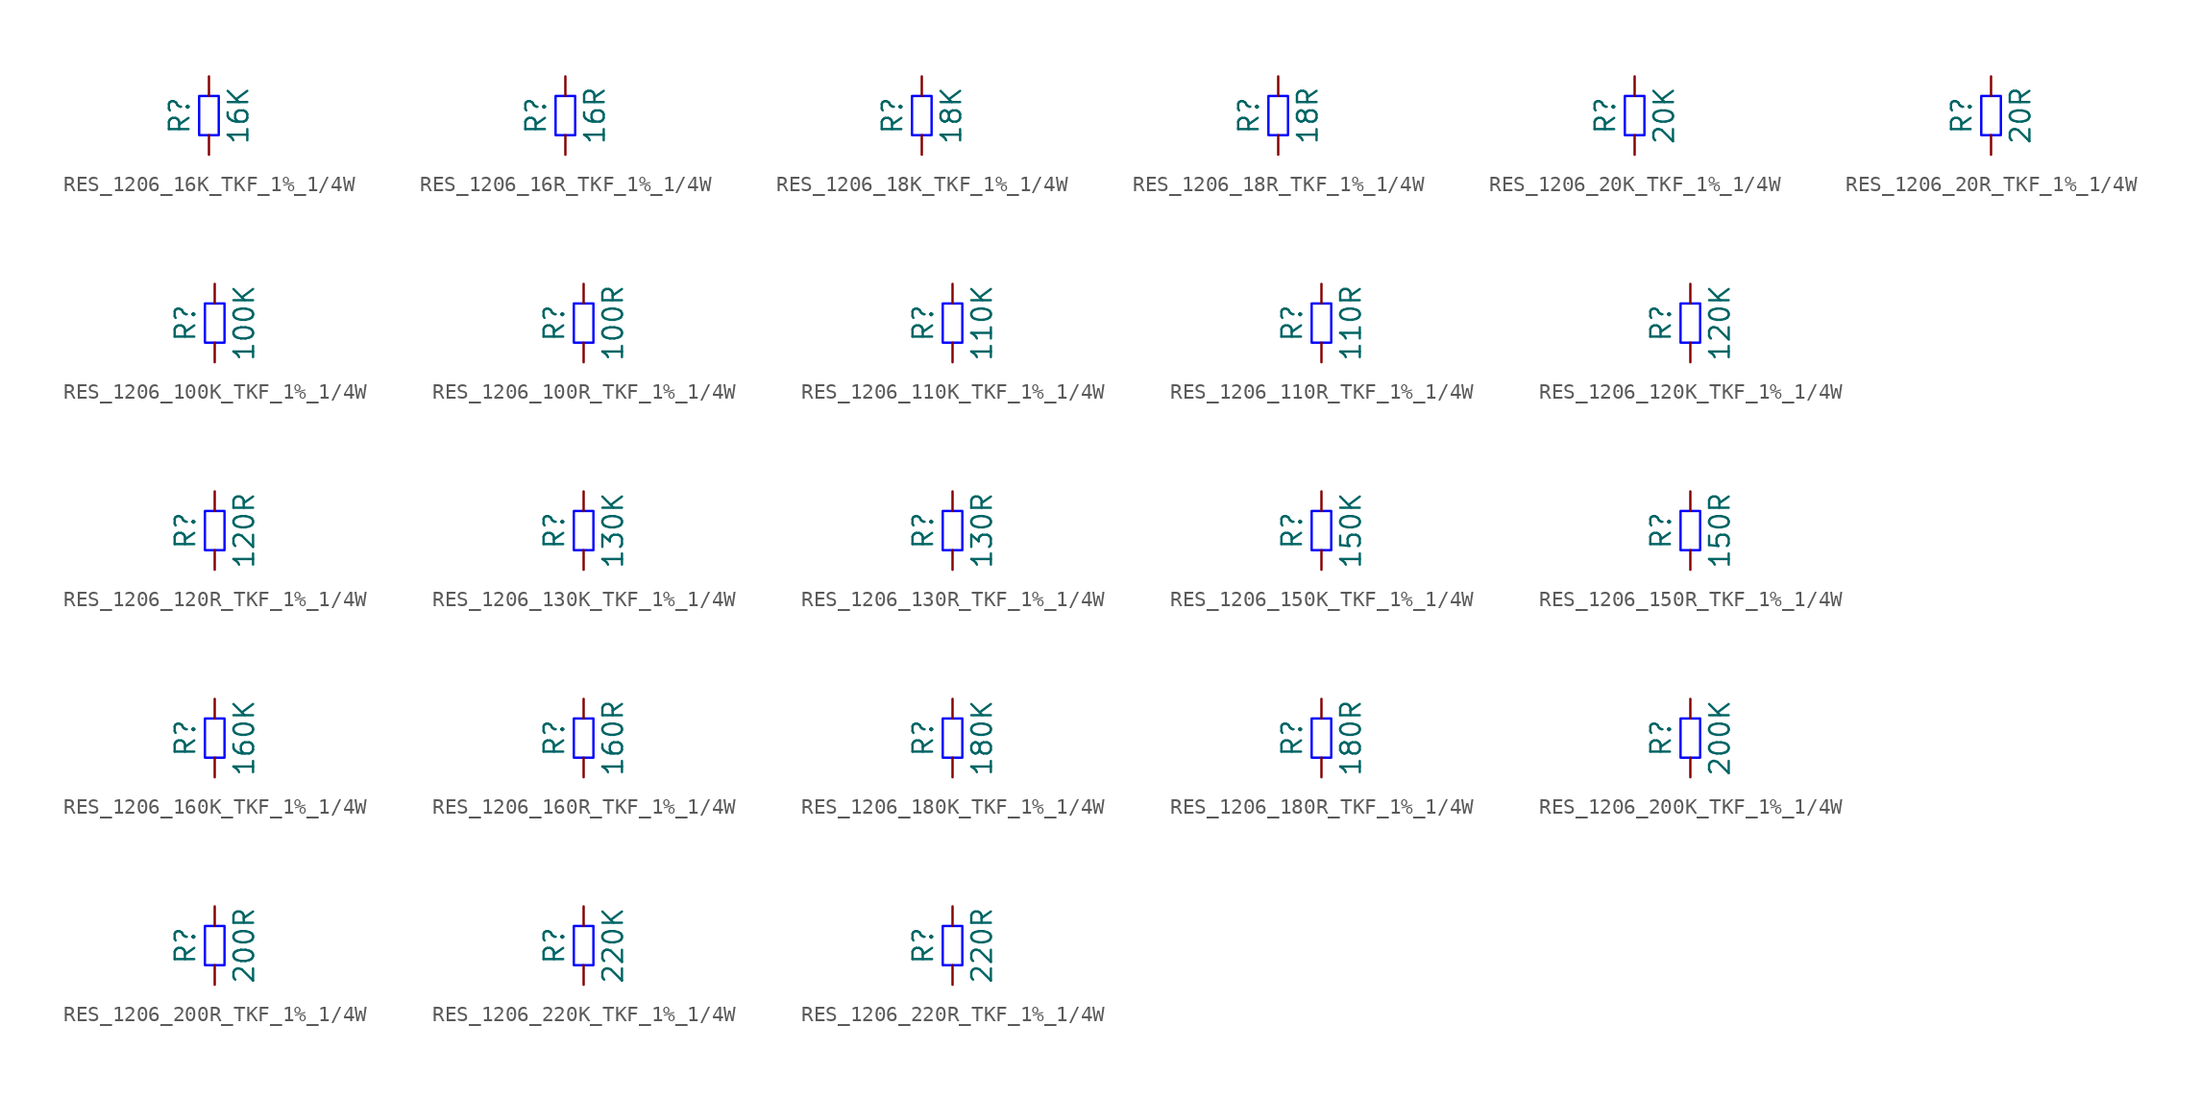
<source format=kicad_sym>
(kicad_symbol_lib
  (version 20220914)
  (generator kicad_symbol_editor)
  (symbol "RES_1206_16K_TKF_1%_1/4W"
    (pin_numbers hide)
    (pin_names
      (offset 0) hide)
    (property "Reference" "R"
      (at -1.905 0 90)
      (do_not_autoplace)
      (effects (font (size 1.27 1.27))))
    (property "Value" "16K"
      (at 1.905 0 90)
      (do_not_autoplace)
      (effects (font (size 1.27 1.27))))
    (symbol "RES_1206_16K_TKF_1%_1/4W_1_1"
      (rectangle (start -0.635 -1.27) (end 0.635 1.27) (stroke (width 0) (type solid) (color 0 0 255 1)) (fill (type none)))
      (pin passive line (at 0 -2.54 90) (length 1.27) (name "~" (effects (font (size 1.27 1.27)))) (number "1" (effects (font (size 1.27 1.27)))))
      (pin passive line (at 0 2.54 270) (length 1.27) (name "~" (effects (font (size 1.27 1.27)))) (number "2" (effects (font (size 1.27 1.27)))))))
  (symbol "RES_1206_16R_TKF_1%_1/4W"
    (pin_numbers hide)
    (pin_names
      (offset 0) hide)
    (property "Reference" "R"
      (at -1.905 0 90)
      (do_not_autoplace)
      (effects (font (size 1.27 1.27))))
    (property "Value" "16R"
      (at 1.905 0 90)
      (do_not_autoplace)
      (effects (font (size 1.27 1.27))))
    (symbol "RES_1206_16R_TKF_1%_1/4W_1_1"
      (rectangle (start -0.635 -1.27) (end 0.635 1.27) (stroke (width 0) (type solid) (color 0 0 255 1)) (fill (type none)))
      (pin passive line (at 0 -2.54 90) (length 1.27) (name "~" (effects (font (size 1.27 1.27)))) (number "1" (effects (font (size 1.27 1.27)))))
      (pin passive line (at 0 2.54 270) (length 1.27) (name "~" (effects (font (size 1.27 1.27)))) (number "2" (effects (font (size 1.27 1.27)))))))
  (symbol "RES_1206_18K_TKF_1%_1/4W"
    (pin_numbers hide)
    (pin_names
      (offset 0) hide)
    (property "Reference" "R"
      (at -1.905 0 90)
      (do_not_autoplace)
      (effects (font (size 1.27 1.27))))
    (property "Value" "18K"
      (at 1.905 0 90)
      (do_not_autoplace)
      (effects (font (size 1.27 1.27))))
    (symbol "RES_1206_18K_TKF_1%_1/4W_1_1"
      (rectangle (start -0.635 -1.27) (end 0.635 1.27) (stroke (width 0) (type solid) (color 0 0 255 1)) (fill (type none)))
      (pin passive line (at 0 -2.54 90) (length 1.27) (name "~" (effects (font (size 1.27 1.27)))) (number "1" (effects (font (size 1.27 1.27)))))
      (pin passive line (at 0 2.54 270) (length 1.27) (name "~" (effects (font (size 1.27 1.27)))) (number "2" (effects (font (size 1.27 1.27)))))))
  (symbol "RES_1206_18R_TKF_1%_1/4W"
    (pin_numbers hide)
    (pin_names
      (offset 0) hide)
    (property "Reference" "R"
      (at -1.905 0 90)
      (do_not_autoplace)
      (effects (font (size 1.27 1.27))))
    (property "Value" "18R"
      (at 1.905 0 90)
      (do_not_autoplace)
      (effects (font (size 1.27 1.27))))
    (symbol "RES_1206_18R_TKF_1%_1/4W_1_1"
      (rectangle (start -0.635 -1.27) (end 0.635 1.27) (stroke (width 0) (type solid) (color 0 0 255 1)) (fill (type none)))
      (pin passive line (at 0 -2.54 90) (length 1.27) (name "~" (effects (font (size 1.27 1.27)))) (number "1" (effects (font (size 1.27 1.27)))))
      (pin passive line (at 0 2.54 270) (length 1.27) (name "~" (effects (font (size 1.27 1.27)))) (number "2" (effects (font (size 1.27 1.27)))))))
  (symbol "RES_1206_20K_TKF_1%_1/4W"
    (pin_numbers hide)
    (pin_names
      (offset 0) hide)
    (property "Reference" "R"
      (at -1.905 0 90)
      (do_not_autoplace)
      (effects (font (size 1.27 1.27))))
    (property "Value" "20K"
      (at 1.905 0 90)
      (do_not_autoplace)
      (effects (font (size 1.27 1.27))))
    (symbol "RES_1206_20K_TKF_1%_1/4W_1_1"
      (rectangle (start -0.635 -1.27) (end 0.635 1.27) (stroke (width 0) (type solid) (color 0 0 255 1)) (fill (type none)))
      (pin passive line (at 0 -2.54 90) (length 1.27) (name "~" (effects (font (size 1.27 1.27)))) (number "1" (effects (font (size 1.27 1.27)))))
      (pin passive line (at 0 2.54 270) (length 1.27) (name "~" (effects (font (size 1.27 1.27)))) (number "2" (effects (font (size 1.27 1.27)))))))
  (symbol "RES_1206_20R_TKF_1%_1/4W"
    (pin_numbers hide)
    (pin_names
      (offset 0) hide)
    (property "Reference" "R"
      (at -1.905 0 90)
      (do_not_autoplace)
      (effects (font (size 1.27 1.27))))
    (property "Value" "20R"
      (at 1.905 0 90)
      (do_not_autoplace)
      (effects (font (size 1.27 1.27))))
    (symbol "RES_1206_20R_TKF_1%_1/4W_1_1"
      (rectangle (start -0.635 -1.27) (end 0.635 1.27) (stroke (width 0) (type solid) (color 0 0 255 1)) (fill (type none)))
      (pin passive line (at 0 -2.54 90) (length 1.27) (name "~" (effects (font (size 1.27 1.27)))) (number "1" (effects (font (size 1.27 1.27)))))
      (pin passive line (at 0 2.54 270) (length 1.27) (name "~" (effects (font (size 1.27 1.27)))) (number "2" (effects (font (size 1.27 1.27)))))))
  (symbol "RES_1206_100K_TKF_1%_1/4W"
    (pin_numbers hide)
    (pin_names
      (offset 0) hide)
    (property "Reference" "R"
      (at -1.905 0 90)
      (do_not_autoplace)
      (effects (font (size 1.27 1.27))))
    (property "Value" "100K"
      (at 1.905 0 90)
      (do_not_autoplace)
      (effects (font (size 1.27 1.27))))
    (symbol "RES_1206_100K_TKF_1%_1/4W_1_1"
      (rectangle (start -0.635 -1.27) (end 0.635 1.27) (stroke (width 0) (type solid) (color 0 0 255 1)) (fill (type none)))
      (pin passive line (at 0 -2.54 90) (length 1.27) (name "~" (effects (font (size 1.27 1.27)))) (number "1" (effects (font (size 1.27 1.27)))))
      (pin passive line (at 0 2.54 270) (length 1.27) (name "~" (effects (font (size 1.27 1.27)))) (number "2" (effects (font (size 1.27 1.27)))))))
  (symbol "RES_1206_100R_TKF_1%_1/4W"
    (pin_numbers hide)
    (pin_names
      (offset 0) hide)
    (property "Reference" "R"
      (at -1.905 0 90)
      (do_not_autoplace)
      (effects (font (size 1.27 1.27))))
    (property "Value" "100R"
      (at 1.905 0 90)
      (do_not_autoplace)
      (effects (font (size 1.27 1.27))))
    (symbol "RES_1206_100R_TKF_1%_1/4W_1_1"
      (rectangle (start -0.635 -1.27) (end 0.635 1.27) (stroke (width 0) (type solid) (color 0 0 255 1)) (fill (type none)))
      (pin passive line (at 0 -2.54 90) (length 1.27) (name "~" (effects (font (size 1.27 1.27)))) (number "1" (effects (font (size 1.27 1.27)))))
      (pin passive line (at 0 2.54 270) (length 1.27) (name "~" (effects (font (size 1.27 1.27)))) (number "2" (effects (font (size 1.27 1.27)))))))
  (symbol "RES_1206_110K_TKF_1%_1/4W"
    (pin_numbers hide)
    (pin_names
      (offset 0) hide)
    (property "Reference" "R"
      (at -1.905 0 90)
      (do_not_autoplace)
      (effects (font (size 1.27 1.27))))
    (property "Value" "110K"
      (at 1.905 0 90)
      (do_not_autoplace)
      (effects (font (size 1.27 1.27))))
    (symbol "RES_1206_110K_TKF_1%_1/4W_1_1"
      (rectangle (start -0.635 -1.27) (end 0.635 1.27) (stroke (width 0) (type solid) (color 0 0 255 1)) (fill (type none)))
      (pin passive line (at 0 -2.54 90) (length 1.27) (name "~" (effects (font (size 1.27 1.27)))) (number "1" (effects (font (size 1.27 1.27)))))
      (pin passive line (at 0 2.54 270) (length 1.27) (name "~" (effects (font (size 1.27 1.27)))) (number "2" (effects (font (size 1.27 1.27)))))))
  (symbol "RES_1206_110R_TKF_1%_1/4W"
    (pin_numbers hide)
    (pin_names
      (offset 0) hide)
    (property "Reference" "R"
      (at -1.905 0 90)
      (do_not_autoplace)
      (effects (font (size 1.27 1.27))))
    (property "Value" "110R"
      (at 1.905 0 90)
      (do_not_autoplace)
      (effects (font (size 1.27 1.27))))
    (symbol "RES_1206_110R_TKF_1%_1/4W_1_1"
      (rectangle (start -0.635 -1.27) (end 0.635 1.27) (stroke (width 0) (type solid) (color 0 0 255 1)) (fill (type none)))
      (pin passive line (at 0 -2.54 90) (length 1.27) (name "~" (effects (font (size 1.27 1.27)))) (number "1" (effects (font (size 1.27 1.27)))))
      (pin passive line (at 0 2.54 270) (length 1.27) (name "~" (effects (font (size 1.27 1.27)))) (number "2" (effects (font (size 1.27 1.27)))))))
  (symbol "RES_1206_120K_TKF_1%_1/4W"
    (pin_numbers hide)
    (pin_names
      (offset 0) hide)
    (property "Reference" "R"
      (at -1.905 0 90)
      (do_not_autoplace)
      (effects (font (size 1.27 1.27))))
    (property "Value" "120K"
      (at 1.905 0 90)
      (do_not_autoplace)
      (effects (font (size 1.27 1.27))))
    (symbol "RES_1206_120K_TKF_1%_1/4W_1_1"
      (rectangle (start -0.635 -1.27) (end 0.635 1.27) (stroke (width 0) (type solid) (color 0 0 255 1)) (fill (type none)))
      (pin passive line (at 0 -2.54 90) (length 1.27) (name "~" (effects (font (size 1.27 1.27)))) (number "1" (effects (font (size 1.27 1.27)))))
      (pin passive line (at 0 2.54 270) (length 1.27) (name "~" (effects (font (size 1.27 1.27)))) (number "2" (effects (font (size 1.27 1.27)))))))
  (symbol "RES_1206_120R_TKF_1%_1/4W"
    (pin_numbers hide)
    (pin_names
      (offset 0) hide)
    (property "Reference" "R"
      (at -1.905 0 90)
      (do_not_autoplace)
      (effects (font (size 1.27 1.27))))
    (property "Value" "120R"
      (at 1.905 0 90)
      (do_not_autoplace)
      (effects (font (size 1.27 1.27))))
    (symbol "RES_1206_120R_TKF_1%_1/4W_1_1"
      (rectangle (start -0.635 -1.27) (end 0.635 1.27) (stroke (width 0) (type solid) (color 0 0 255 1)) (fill (type none)))
      (pin passive line (at 0 -2.54 90) (length 1.27) (name "~" (effects (font (size 1.27 1.27)))) (number "1" (effects (font (size 1.27 1.27)))))
      (pin passive line (at 0 2.54 270) (length 1.27) (name "~" (effects (font (size 1.27 1.27)))) (number "2" (effects (font (size 1.27 1.27)))))))
  (symbol "RES_1206_130K_TKF_1%_1/4W"
    (pin_numbers hide)
    (pin_names
      (offset 0) hide)
    (property "Reference" "R"
      (at -1.905 0 90)
      (do_not_autoplace)
      (effects (font (size 1.27 1.27))))
    (property "Value" "130K"
      (at 1.905 0 90)
      (do_not_autoplace)
      (effects (font (size 1.27 1.27))))
    (symbol "RES_1206_130K_TKF_1%_1/4W_1_1"
      (rectangle (start -0.635 -1.27) (end 0.635 1.27) (stroke (width 0) (type solid) (color 0 0 255 1)) (fill (type none)))
      (pin passive line (at 0 -2.54 90) (length 1.27) (name "~" (effects (font (size 1.27 1.27)))) (number "1" (effects (font (size 1.27 1.27)))))
      (pin passive line (at 0 2.54 270) (length 1.27) (name "~" (effects (font (size 1.27 1.27)))) (number "2" (effects (font (size 1.27 1.27)))))))
  (symbol "RES_1206_130R_TKF_1%_1/4W"
    (pin_numbers hide)
    (pin_names
      (offset 0) hide)
    (property "Reference" "R"
      (at -1.905 0 90)
      (do_not_autoplace)
      (effects (font (size 1.27 1.27))))
    (property "Value" "130R"
      (at 1.905 0 90)
      (do_not_autoplace)
      (effects (font (size 1.27 1.27))))
    (symbol "RES_1206_130R_TKF_1%_1/4W_1_1"
      (rectangle (start -0.635 -1.27) (end 0.635 1.27) (stroke (width 0) (type solid) (color 0 0 255 1)) (fill (type none)))
      (pin passive line (at 0 -2.54 90) (length 1.27) (name "~" (effects (font (size 1.27 1.27)))) (number "1" (effects (font (size 1.27 1.27)))))
      (pin passive line (at 0 2.54 270) (length 1.27) (name "~" (effects (font (size 1.27 1.27)))) (number "2" (effects (font (size 1.27 1.27)))))))
  (symbol "RES_1206_150K_TKF_1%_1/4W"
    (pin_numbers hide)
    (pin_names
      (offset 0) hide)
    (property "Reference" "R"
      (at -1.905 0 90)
      (do_not_autoplace)
      (effects (font (size 1.27 1.27))))
    (property "Value" "150K"
      (at 1.905 0 90)
      (do_not_autoplace)
      (effects (font (size 1.27 1.27))))
    (symbol "RES_1206_150K_TKF_1%_1/4W_1_1"
      (rectangle (start -0.635 -1.27) (end 0.635 1.27) (stroke (width 0) (type solid) (color 0 0 255 1)) (fill (type none)))
      (pin passive line (at 0 -2.54 90) (length 1.27) (name "~" (effects (font (size 1.27 1.27)))) (number "1" (effects (font (size 1.27 1.27)))))
      (pin passive line (at 0 2.54 270) (length 1.27) (name "~" (effects (font (size 1.27 1.27)))) (number "2" (effects (font (size 1.27 1.27)))))))
  (symbol "RES_1206_150R_TKF_1%_1/4W"
    (pin_numbers hide)
    (pin_names
      (offset 0) hide)
    (property "Reference" "R"
      (at -1.905 0 90)
      (do_not_autoplace)
      (effects (font (size 1.27 1.27))))
    (property "Value" "150R"
      (at 1.905 0 90)
      (do_not_autoplace)
      (effects (font (size 1.27 1.27))))
    (symbol "RES_1206_150R_TKF_1%_1/4W_1_1"
      (rectangle (start -0.635 -1.27) (end 0.635 1.27) (stroke (width 0) (type solid) (color 0 0 255 1)) (fill (type none)))
      (pin passive line (at 0 -2.54 90) (length 1.27) (name "~" (effects (font (size 1.27 1.27)))) (number "1" (effects (font (size 1.27 1.27)))))
      (pin passive line (at 0 2.54 270) (length 1.27) (name "~" (effects (font (size 1.27 1.27)))) (number "2" (effects (font (size 1.27 1.27)))))))
  (symbol "RES_1206_160K_TKF_1%_1/4W"
    (pin_numbers hide)
    (pin_names
      (offset 0) hide)
    (property "Reference" "R"
      (at -1.905 0 90)
      (do_not_autoplace)
      (effects (font (size 1.27 1.27))))
    (property "Value" "160K"
      (at 1.905 0 90)
      (do_not_autoplace)
      (effects (font (size 1.27 1.27))))
    (symbol "RES_1206_160K_TKF_1%_1/4W_1_1"
      (rectangle (start -0.635 -1.27) (end 0.635 1.27) (stroke (width 0) (type solid) (color 0 0 255 1)) (fill (type none)))
      (pin passive line (at 0 -2.54 90) (length 1.27) (name "~" (effects (font (size 1.27 1.27)))) (number "1" (effects (font (size 1.27 1.27)))))
      (pin passive line (at 0 2.54 270) (length 1.27) (name "~" (effects (font (size 1.27 1.27)))) (number "2" (effects (font (size 1.27 1.27)))))))
  (symbol "RES_1206_160R_TKF_1%_1/4W"
    (pin_numbers hide)
    (pin_names
      (offset 0) hide)
    (property "Reference" "R"
      (at -1.905 0 90)
      (do_not_autoplace)
      (effects (font (size 1.27 1.27))))
    (property "Value" "160R"
      (at 1.905 0 90)
      (do_not_autoplace)
      (effects (font (size 1.27 1.27))))
    (symbol "RES_1206_160R_TKF_1%_1/4W_1_1"
      (rectangle (start -0.635 -1.27) (end 0.635 1.27) (stroke (width 0) (type solid) (color 0 0 255 1)) (fill (type none)))
      (pin passive line (at 0 -2.54 90) (length 1.27) (name "~" (effects (font (size 1.27 1.27)))) (number "1" (effects (font (size 1.27 1.27)))))
      (pin passive line (at 0 2.54 270) (length 1.27) (name "~" (effects (font (size 1.27 1.27)))) (number "2" (effects (font (size 1.27 1.27)))))))
  (symbol "RES_1206_180K_TKF_1%_1/4W"
    (pin_numbers hide)
    (pin_names
      (offset 0) hide)
    (property "Reference" "R"
      (at -1.905 0 90)
      (do_not_autoplace)
      (effects (font (size 1.27 1.27))))
    (property "Value" "180K"
      (at 1.905 0 90)
      (do_not_autoplace)
      (effects (font (size 1.27 1.27))))
    (symbol "RES_1206_180K_TKF_1%_1/4W_1_1"
      (rectangle (start -0.635 -1.27) (end 0.635 1.27) (stroke (width 0) (type solid) (color 0 0 255 1)) (fill (type none)))
      (pin passive line (at 0 -2.54 90) (length 1.27) (name "~" (effects (font (size 1.27 1.27)))) (number "1" (effects (font (size 1.27 1.27)))))
      (pin passive line (at 0 2.54 270) (length 1.27) (name "~" (effects (font (size 1.27 1.27)))) (number "2" (effects (font (size 1.27 1.27)))))))
  (symbol "RES_1206_180R_TKF_1%_1/4W"
    (pin_numbers hide)
    (pin_names
      (offset 0) hide)
    (property "Reference" "R"
      (at -1.905 0 90)
      (do_not_autoplace)
      (effects (font (size 1.27 1.27))))
    (property "Value" "180R"
      (at 1.905 0 90)
      (do_not_autoplace)
      (effects (font (size 1.27 1.27))))
    (symbol "RES_1206_180R_TKF_1%_1/4W_1_1"
      (rectangle (start -0.635 -1.27) (end 0.635 1.27) (stroke (width 0) (type solid) (color 0 0 255 1)) (fill (type none)))
      (pin passive line (at 0 -2.54 90) (length 1.27) (name "~" (effects (font (size 1.27 1.27)))) (number "1" (effects (font (size 1.27 1.27)))))
      (pin passive line (at 0 2.54 270) (length 1.27) (name "~" (effects (font (size 1.27 1.27)))) (number "2" (effects (font (size 1.27 1.27)))))))
  (symbol "RES_1206_200K_TKF_1%_1/4W"
    (pin_numbers hide)
    (pin_names
      (offset 0) hide)
    (property "Reference" "R"
      (at -1.905 0 90)
      (do_not_autoplace)
      (effects (font (size 1.27 1.27))))
    (property "Value" "200K"
      (at 1.905 0 90)
      (do_not_autoplace)
      (effects (font (size 1.27 1.27))))
    (symbol "RES_1206_200K_TKF_1%_1/4W_1_1"
      (rectangle (start -0.635 -1.27) (end 0.635 1.27) (stroke (width 0) (type solid) (color 0 0 255 1)) (fill (type none)))
      (pin passive line (at 0 -2.54 90) (length 1.27) (name "~" (effects (font (size 1.27 1.27)))) (number "1" (effects (font (size 1.27 1.27)))))
      (pin passive line (at 0 2.54 270) (length 1.27) (name "~" (effects (font (size 1.27 1.27)))) (number "2" (effects (font (size 1.27 1.27)))))))
  (symbol "RES_1206_200R_TKF_1%_1/4W"
    (pin_numbers hide)
    (pin_names
      (offset 0) hide)
    (property "Reference" "R"
      (at -1.905 0 90)
      (do_not_autoplace)
      (effects (font (size 1.27 1.27))))
    (property "Value" "200R"
      (at 1.905 0 90)
      (do_not_autoplace)
      (effects (font (size 1.27 1.27))))
    (symbol "RES_1206_200R_TKF_1%_1/4W_1_1"
      (rectangle (start -0.635 -1.27) (end 0.635 1.27) (stroke (width 0) (type solid) (color 0 0 255 1)) (fill (type none)))
      (pin passive line (at 0 -2.54 90) (length 1.27) (name "~" (effects (font (size 1.27 1.27)))) (number "1" (effects (font (size 1.27 1.27)))))
      (pin passive line (at 0 2.54 270) (length 1.27) (name "~" (effects (font (size 1.27 1.27)))) (number "2" (effects (font (size 1.27 1.27)))))))
  (symbol "RES_1206_220K_TKF_1%_1/4W"
    (pin_numbers hide)
    (pin_names
      (offset 0) hide)
    (property "Reference" "R"
      (at -1.905 0 90)
      (do_not_autoplace)
      (effects (font (size 1.27 1.27))))
    (property "Value" "220K"
      (at 1.905 0 90)
      (do_not_autoplace)
      (effects (font (size 1.27 1.27))))
    (symbol "RES_1206_220K_TKF_1%_1/4W_1_1"
      (rectangle (start -0.635 -1.27) (end 0.635 1.27) (stroke (width 0) (type solid) (color 0 0 255 1)) (fill (type none)))
      (pin passive line (at 0 -2.54 90) (length 1.27) (name "~" (effects (font (size 1.27 1.27)))) (number "1" (effects (font (size 1.27 1.27)))))
      (pin passive line (at 0 2.54 270) (length 1.27) (name "~" (effects (font (size 1.27 1.27)))) (number "2" (effects (font (size 1.27 1.27)))))))
  (symbol "RES_1206_220R_TKF_1%_1/4W"
    (pin_numbers hide)
    (pin_names
      (offset 0) hide)
    (property "Reference" "R"
      (at -1.905 0 90)
      (do_not_autoplace)
      (effects (font (size 1.27 1.27))))
    (property "Value" "220R"
      (at 1.905 0 90)
      (do_not_autoplace)
      (effects (font (size 1.27 1.27))))
    (symbol "RES_1206_220R_TKF_1%_1/4W_1_1"
      (rectangle (start -0.635 -1.27) (end 0.635 1.27) (stroke (width 0) (type solid) (color 0 0 255 1)) (fill (type none)))
      (pin passive line (at 0 -2.54 90) (length 1.27) (name "~" (effects (font (size 1.27 1.27)))) (number "1" (effects (font (size 1.27 1.27)))))
      (pin passive line (at 0 2.54 270) (length 1.27) (name "~" (effects (font (size 1.27 1.27)))) (number "2" (effects (font (size 1.27 1.27))))))))
</source>
